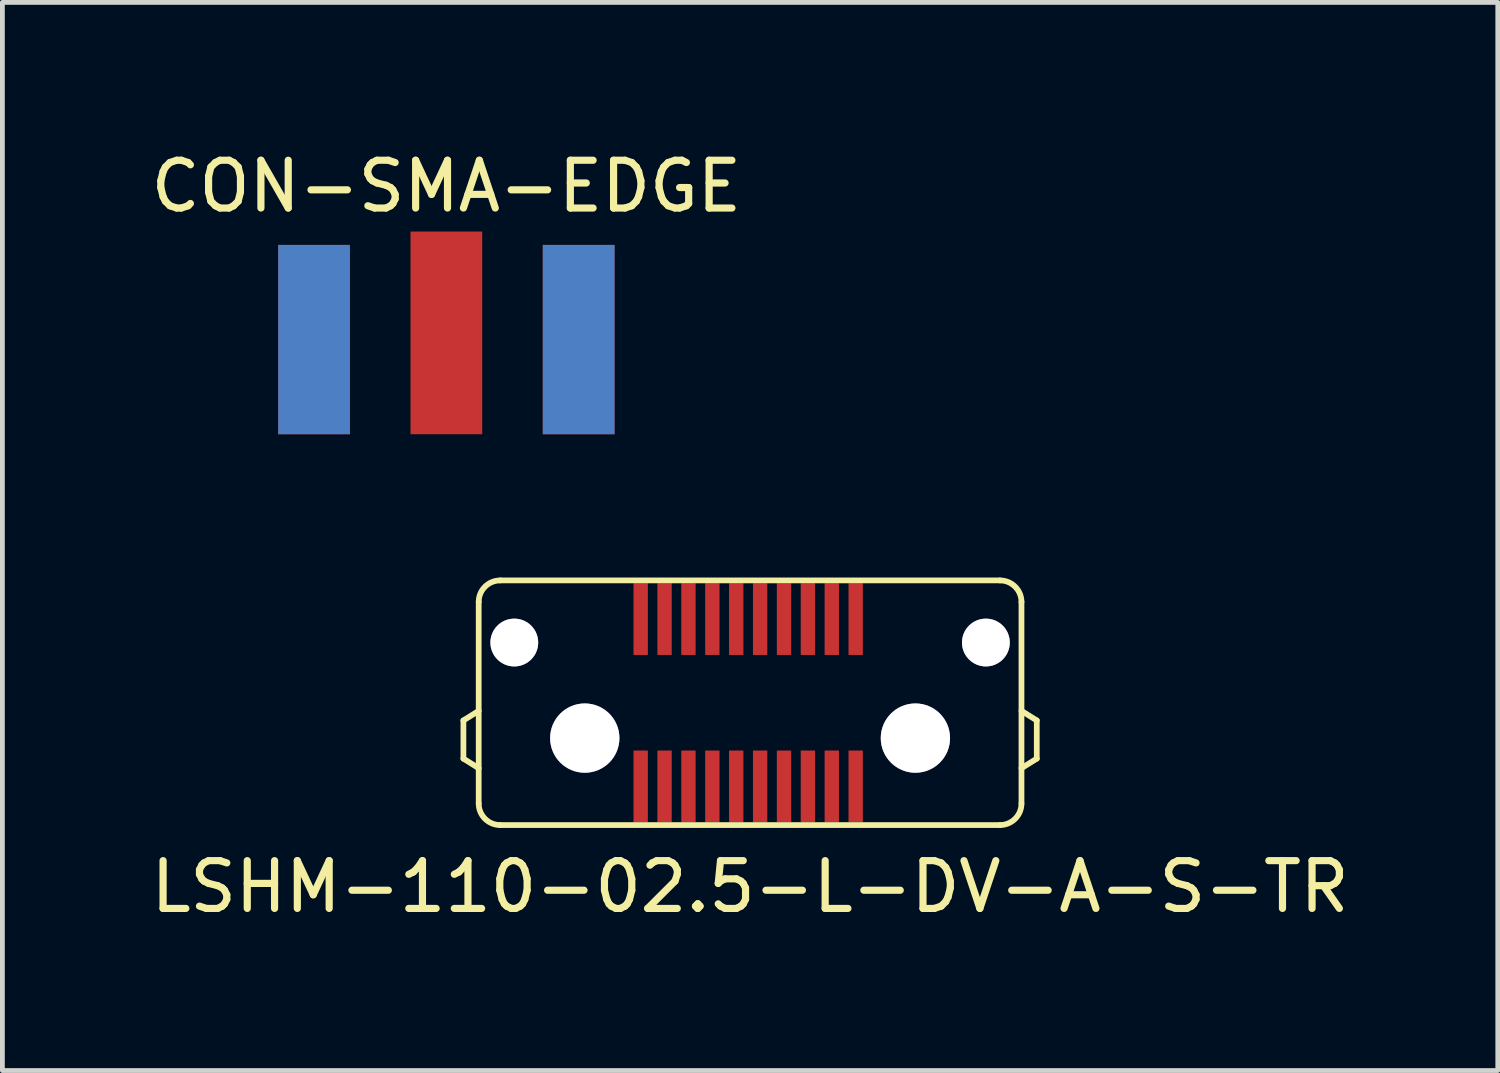
<source format=kicad_pcb>
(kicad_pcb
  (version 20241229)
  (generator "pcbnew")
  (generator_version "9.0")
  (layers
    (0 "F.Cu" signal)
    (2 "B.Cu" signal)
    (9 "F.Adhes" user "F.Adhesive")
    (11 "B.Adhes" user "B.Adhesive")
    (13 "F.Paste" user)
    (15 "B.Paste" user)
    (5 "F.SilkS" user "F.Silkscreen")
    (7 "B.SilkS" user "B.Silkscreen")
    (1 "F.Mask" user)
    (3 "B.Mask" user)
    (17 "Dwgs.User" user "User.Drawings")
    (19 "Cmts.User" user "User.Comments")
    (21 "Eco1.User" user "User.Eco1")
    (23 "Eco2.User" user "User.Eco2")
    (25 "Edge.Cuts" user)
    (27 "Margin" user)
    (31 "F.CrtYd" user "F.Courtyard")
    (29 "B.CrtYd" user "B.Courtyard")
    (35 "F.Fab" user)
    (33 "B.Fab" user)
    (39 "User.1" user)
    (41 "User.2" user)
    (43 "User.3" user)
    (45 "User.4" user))
  (footprint "LSHM-110-02.5-L-DV-A-S-TR"
    (layer "F.Cu")
    (at 12.609 11.658)
    (property "Reference" "LSHM-110-02.5-L-DV-A-S-TR" (at 0.04 3.85 0) (layer "F.SilkS") (effects (font (size 1 1) (thickness 0.15))))
    (attr through_hole)
    (fp_line (start -5.96 0.37) (end -5.96 1.17) (stroke (width 0.12) (type solid)) (layer "F.SilkS"))
    (fp_line (start -5.96 0.37) (end -5.64 0.17) (stroke (width 0.12) (type solid)) (layer "F.SilkS"))
    (fp_line (start -5.96 1.17) (end -5.64 1.37) (stroke (width 0.12) (type solid)) (layer "F.SilkS"))
    (fp_line (start -5.64 -2.11) (end -5.64 2.11) (stroke (width 0.12) (type solid)) (layer "F.SilkS"))
    (fp_line (start -5.19 -2.56) (end 5.27 -2.56) (stroke (width 0.12) (type solid)) (layer "F.SilkS"))
    (fp_line (start -5.19 2.56) (end 5.27 2.56) (stroke (width 0.12) (type solid)) (layer "F.SilkS"))
    (fp_line (start 5.72 2.11) (end 5.72 -2.11) (stroke (width 0.12) (type solid)) (layer "F.SilkS"))
    (fp_line (start 6.04 0.37) (end 5.72 0.17) (stroke (width 0.12) (type solid)) (layer "F.SilkS"))
    (fp_line (start 6.04 0.37) (end 6.04 1.17) (stroke (width 0.12) (type solid)) (layer "F.SilkS"))
    (fp_line (start 6.04 1.17) (end 5.72 1.37) (stroke (width 0.12) (type solid)) (layer "F.SilkS"))
    (fp_arc (start -5.64 -2.11) (mid -5.508198 -2.428198) (end -5.19 -2.56) (stroke (width 0.12) (type solid)) (layer "F.SilkS"))
    (fp_arc (start -5.19 2.56) (mid -5.508198 2.428198) (end -5.64 2.11) (stroke (width 0.12) (type solid)) (layer "F.SilkS"))
    (fp_arc (start 5.27 -2.56) (mid 5.588198 -2.428198) (end 5.72 -2.11) (stroke (width 0.12) (type solid)) (layer "F.SilkS"))
    (fp_arc (start 5.72 2.11) (mid 5.588198 2.428198) (end 5.27 2.56) (stroke (width 0.12) (type solid)) (layer "F.SilkS"))
    (pad "1" smd rect (at 2.25 1.75) (size 0.3 1.5) (layers "F.Cu" "F.Mask" "F.Paste"))
    (pad "2" smd rect (at 2.25 -1.75) (size 0.3 1.5) (layers "F.Cu" "F.Mask" "F.Paste"))
    (pad "3" smd rect (at 1.75 1.75) (size 0.3 1.5) (layers "F.Cu" "F.Mask" "F.Paste"))
    (pad "4" smd rect (at 1.75 -1.75) (size 0.3 1.5) (layers "F.Cu" "F.Mask" "F.Paste"))
    (pad "5" smd rect (at 1.25 1.75) (size 0.3 1.5) (layers "F.Cu" "F.Mask" "F.Paste"))
    (pad "6" smd rect (at 1.25 -1.75) (size 0.3 1.5) (layers "F.Cu" "F.Mask" "F.Paste"))
    (pad "7" smd rect (at 0.75 1.75) (size 0.3 1.5) (layers "F.Cu" "F.Mask" "F.Paste"))
    (pad "8" smd rect (at 0.75 -1.75) (size 0.3 1.5) (layers "F.Cu" "F.Mask" "F.Paste"))
    (pad "9" smd rect (at 0.25 1.75) (size 0.3 1.5) (layers "F.Cu" "F.Mask" "F.Paste"))
    (pad "10" smd rect (at 0.25 -1.75) (size 0.3 1.5) (layers "F.Cu" "F.Mask" "F.Paste"))
    (pad "11" smd rect (at -0.25 1.75) (size 0.3 1.5) (layers "F.Cu" "F.Mask" "F.Paste"))
    (pad "12" smd rect (at -0.25 -1.75) (size 0.3 1.5) (layers "F.Cu" "F.Mask" "F.Paste"))
    (pad "13" smd rect (at -0.75 1.75) (size 0.3 1.5) (layers "F.Cu" "F.Mask" "F.Paste"))
    (pad "14" smd rect (at -0.75 -1.75) (size 0.3 1.5) (layers "F.Cu" "F.Mask" "F.Paste"))
    (pad "15" smd rect (at -1.25 1.75) (size 0.3 1.5) (layers "F.Cu" "F.Mask" "F.Paste"))
    (pad "16" smd rect (at -1.25 -1.75) (size 0.3 1.5) (layers "F.Cu" "F.Mask" "F.Paste"))
    (pad "17" smd rect (at -1.75 1.75) (size 0.3 1.5) (layers "F.Cu" "F.Mask" "F.Paste"))
    (pad "18" smd rect (at -1.75 -1.75) (size 0.3 1.5) (layers "F.Cu" "F.Mask" "F.Paste"))
    (pad "19" smd rect (at -2.25 1.75) (size 0.3 1.5) (layers "F.Cu" "F.Mask" "F.Paste"))
    (pad "20" smd rect (at -2.25 -1.75) (size 0.3 1.5) (layers "F.Cu" "F.Mask" "F.Paste"))
    (pad "21" thru_hole circle (at -4.895 -1.26) (size 1 1) (drill 1) (layers "*.Cu" "*.Mask"))
    (pad "21" thru_hole circle (at -3.42 0.74) (size 1.45 1.45) (drill 1.45) (layers "*.Cu" "*.Mask"))
    (pad "21" thru_hole circle (at 3.5 0.74) (size 1.45 1.45) (drill 1.45) (layers "*.Cu" "*.Mask"))
    (pad "21" thru_hole circle (at 4.975 -1.26) (size 1 1) (drill 1) (layers "*.Cu" "*.Mask")))
  (footprint "CON-SMA-EDGE"
    (layer "F.Cu")
    (at 6.292 4.057)
    (property "Reference" "CON-SMA-EDGE" (at 0 -3.208 0) (layer "F.SilkS") (effects (font (size 1 1) (thickness 0.15))))
    (attr through_hole)
    (pad "1" smd rect (at 0 -0.14) (size 1.501 4.242) (layers "F.Cu" "F.Mask" "F.Paste"))
    (pad "2" smd rect (at -2.769 0) (size 1.501 3.962) (layers "F.Cu" "F.Mask" "F.Paste"))
    (pad "2" smd rect (at -2.769 0) (size 1.501 3.962) (layers "F.Mask" "B.Cu" "F.Paste"))
    (pad "2" smd rect (at 2.769 0) (size 1.501 3.962) (layers "F.Cu" "F.Mask" "F.Paste"))
    (pad "2" smd rect (at 2.769 0) (size 1.501 3.962) (layers "F.Mask" "B.Cu" "F.Paste")))
  (gr_rect
    (start -3 -3)
    (end 28.298 19.356)
    (stroke (width 0.1) (type default))
    (fill no)
    (layer "Edge.Cuts")))
</source>
